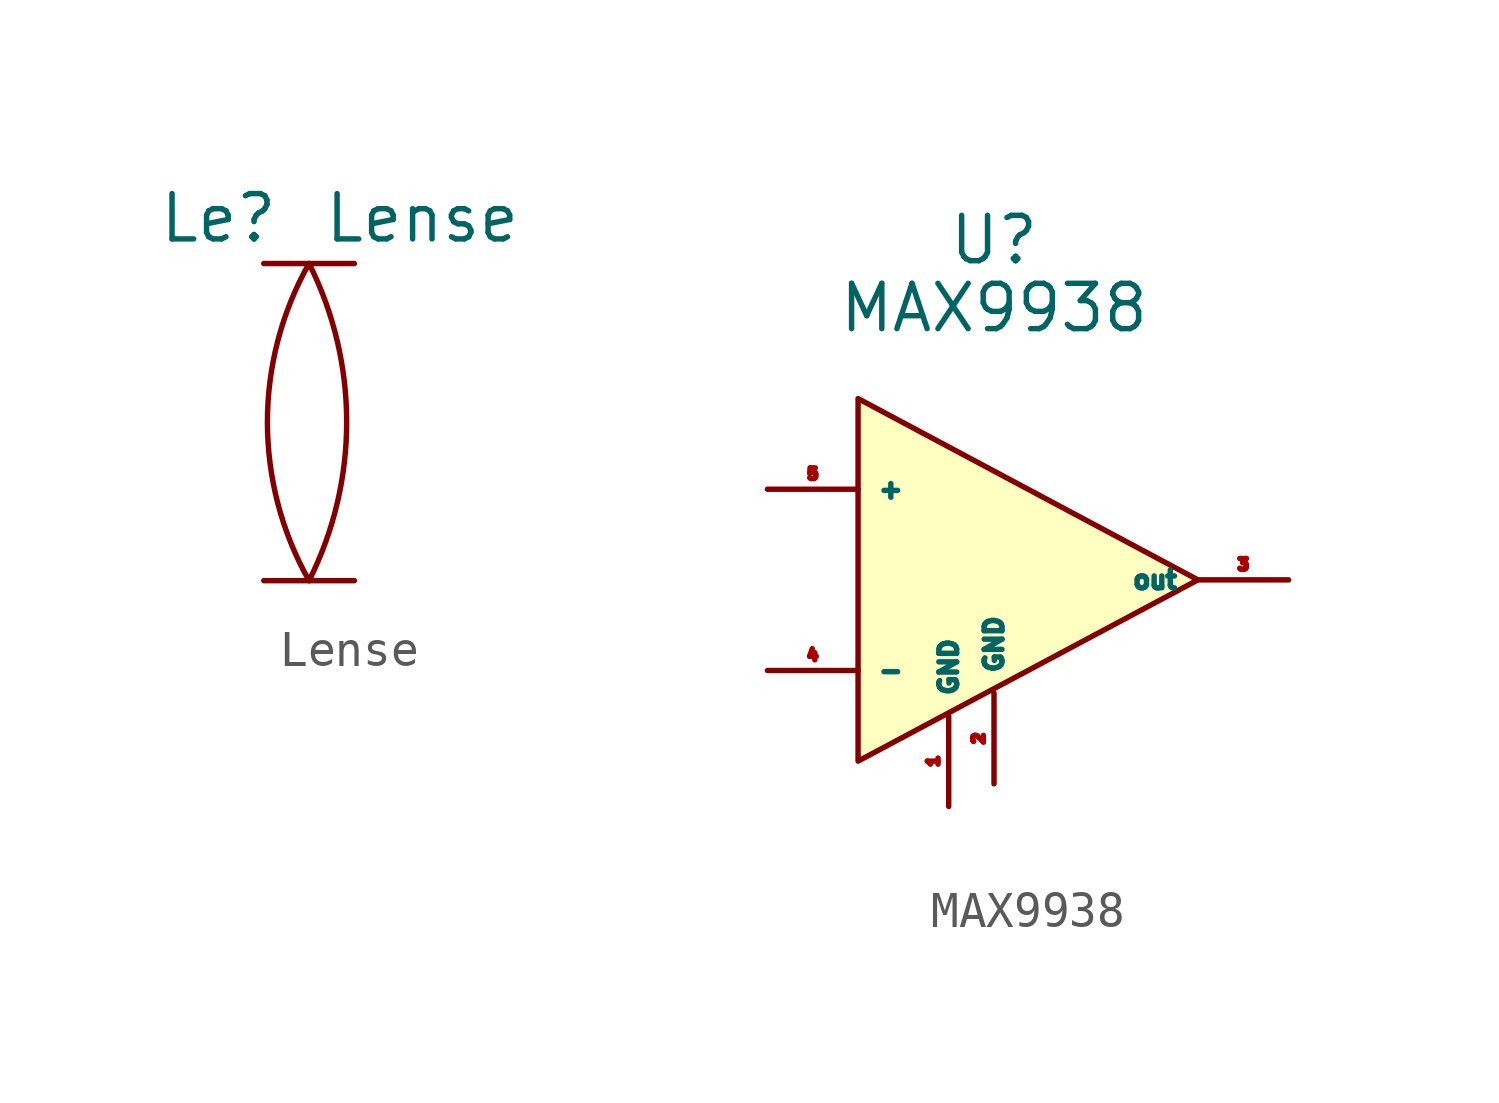
<source format=kicad_sym>
(kicad_symbol_lib
  (version 20211014)
  (generator kicad_symbol_editor)
  (symbol "Lense"
    (property "Reference" "Le"
      (at -2.54 5.715 0)
      (effects (font (size 1.27 1.27))))
    (property "Value" "Lense"
      (at 3.175 5.715 0)
      (effects (font (size 1.27 1.27))))
    (symbol "Lense_0_1"
      (arc (start 0 -4.445) (mid 1.0546 0) (end 0 4.445) (stroke (width 0) (type default) (color 0 0 0 0)) (fill (type none)))
      (polyline (pts (xy -1.27 -4.445) (xy 1.27 -4.445)) (stroke (width 0) (type default) (color 0 0 0 0)) (fill (type none)))
      (polyline (pts (xy -1.27 4.445) (xy 1.27 4.445)) (stroke (width 0) (type default) (color 0 0 0 0)) (fill (type background)))
      (arc (start 0 4.445) (mid -1.1668 0) (end 0 -4.445) (stroke (width 0) (type default) (color 0 0 0 0)) (fill (type none)))))
  (symbol "MAX9938"
    (property "Reference" "U"
      (at 0 9.525 0)
      (effects (font (size 1.27 1.27))))
    (property "Value" "MAX9938"
      (at 0 7.62 0)
      (effects (font (size 1.27 1.27))))
    (symbol "MAX9938_0_1"
      (polyline (pts (xy -3.81 5.08) (xy -3.81 -5.08) (xy 5.715 0) (xy -3.81 5.08)) (stroke (width 0) (type default) (color 0 0 0 0)) (fill (type background))))
    (symbol "MAX9938_1_1"
      (pin power_in line (at -1.27 -6.35 90) (length 2.54) (name "GND" (effects (font (size 0.5 0.5)))) (number "1" (effects (font (size 0.3 0.3)))))
      (pin power_in line (at 0 -5.715 90) (length 2.54) (name "GND" (effects (font (size 0.5 0.5)))) (number "2" (effects (font (size 0.3 0.3)))))
      (pin output line (at 8.255 0 180) (length 2.54) (name "out" (effects (font (size 0.5 0.5)))) (number "3" (effects (font (size 0.3 0.3)))))
      (pin input line (at -6.35 -2.54 0) (length 2.54) (name "-" (effects (font (size 0.5 0.5)))) (number "4" (effects (font (size 0.3 0.3)))))
      (pin input line (at -6.35 2.54 0) (length 2.54) (name "+" (effects (font (size 0.5 0.5)))) (number "5" (effects (font (size 0.3 0.3))))))))
</source>
